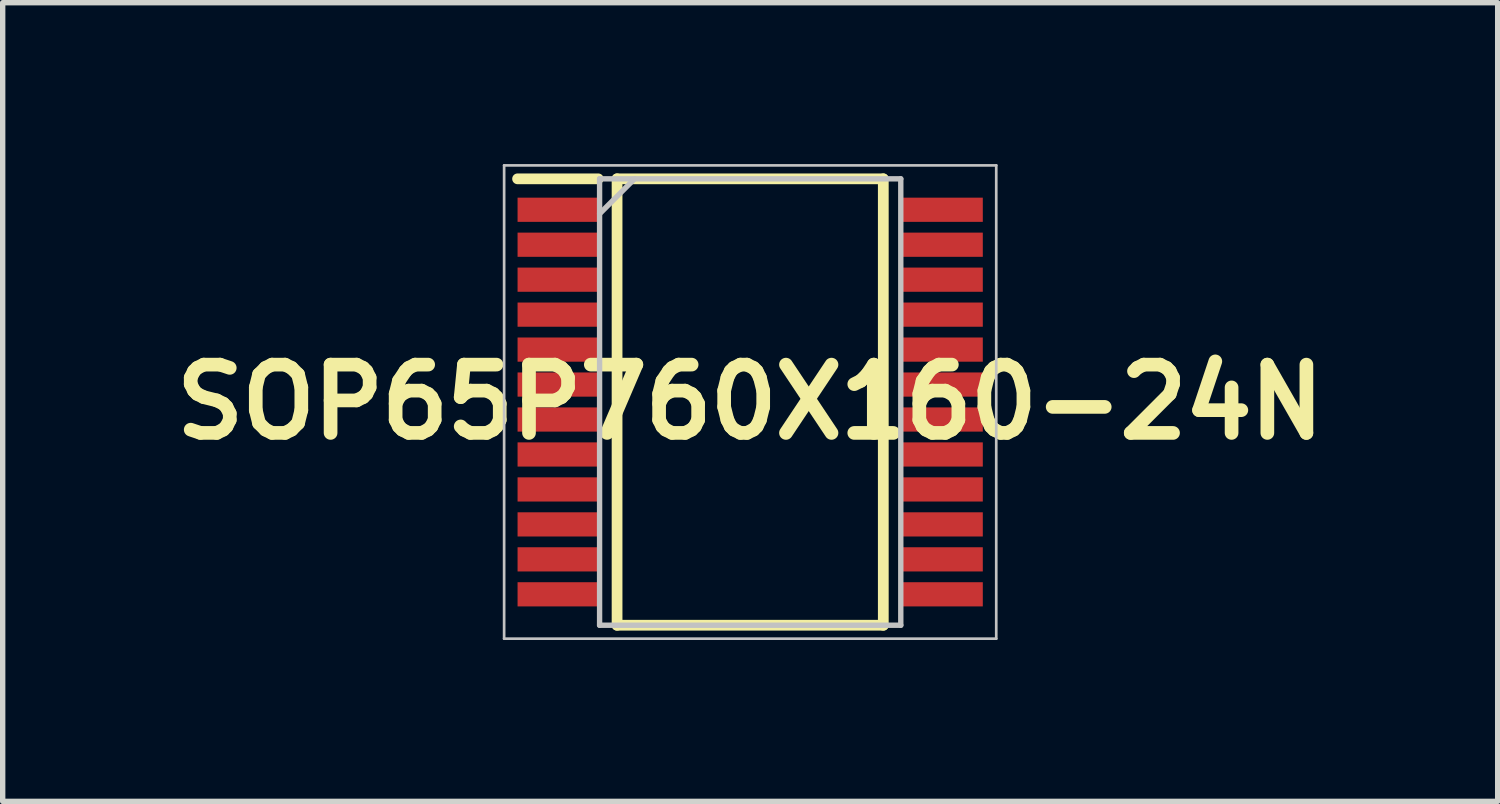
<source format=kicad_pcb>
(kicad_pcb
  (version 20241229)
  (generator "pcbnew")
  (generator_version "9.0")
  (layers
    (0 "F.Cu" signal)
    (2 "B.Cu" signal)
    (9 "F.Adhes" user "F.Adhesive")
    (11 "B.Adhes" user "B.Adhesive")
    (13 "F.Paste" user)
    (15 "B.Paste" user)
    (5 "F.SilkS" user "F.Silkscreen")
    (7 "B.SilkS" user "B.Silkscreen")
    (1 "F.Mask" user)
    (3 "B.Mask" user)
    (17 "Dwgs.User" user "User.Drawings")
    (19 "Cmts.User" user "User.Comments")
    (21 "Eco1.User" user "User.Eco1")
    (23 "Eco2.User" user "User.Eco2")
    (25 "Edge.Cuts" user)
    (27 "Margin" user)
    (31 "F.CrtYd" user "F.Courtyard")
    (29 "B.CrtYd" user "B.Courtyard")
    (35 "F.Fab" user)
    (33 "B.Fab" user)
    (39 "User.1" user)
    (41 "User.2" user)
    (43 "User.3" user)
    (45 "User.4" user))
  (footprint "SOP65P760X160-24N"
    (layer "F.Cu")
    (at 10.898 4.425)
    (property "Reference" "SOP65P760X160-24N" (at 0 0 0) (layer "F.SilkS") (effects (font (size 1.27 1.27) (thickness 0.254))))
    (attr smd)
    (fp_line (start -4.325 -4.15) (end -2.825 -4.15) (stroke (width 0.2) (type solid)) (layer "F.SilkS"))
    (fp_line (start -2.475 -4.15) (end 2.475 -4.15) (stroke (width 0.2) (type solid)) (layer "F.SilkS"))
    (fp_line (start -2.475 4.15) (end -2.475 -4.15) (stroke (width 0.2) (type solid)) (layer "F.SilkS"))
    (fp_line (start 2.475 -4.15) (end 2.475 4.15) (stroke (width 0.2) (type solid)) (layer "F.SilkS"))
    (fp_line (start 2.475 4.15) (end -2.475 4.15) (stroke (width 0.2) (type solid)) (layer "F.SilkS"))
    (fp_line (start -4.575 -4.4) (end 4.575 -4.4) (stroke (width 0.05) (type solid)) (layer "Dwgs.User"))
    (fp_line (start -4.575 4.4) (end -4.575 -4.4) (stroke (width 0.05) (type solid)) (layer "Dwgs.User"))
    (fp_line (start -2.8 -4.15) (end 2.8 -4.15) (stroke (width 0.1) (type solid)) (layer "Dwgs.User"))
    (fp_line (start -2.8 -3.5) (end -2.15 -4.15) (stroke (width 0.1) (type solid)) (layer "Dwgs.User"))
    (fp_line (start -2.8 4.15) (end -2.8 -4.15) (stroke (width 0.1) (type solid)) (layer "Dwgs.User"))
    (fp_line (start 2.8 -4.15) (end 2.8 4.15) (stroke (width 0.1) (type solid)) (layer "Dwgs.User"))
    (fp_line (start 2.8 4.15) (end -2.8 4.15) (stroke (width 0.1) (type solid)) (layer "Dwgs.User"))
    (fp_line (start 4.575 -4.4) (end 4.575 4.4) (stroke (width 0.05) (type solid)) (layer "Dwgs.User"))
    (fp_line (start 4.575 4.4) (end -4.575 4.4) (stroke (width 0.05) (type solid)) (layer "Dwgs.User"))
    (pad "1" smd rect (at -3.575 -3.575 90) (size 0.45 1.5) (layers "F.Cu" "F.Mask" "F.Paste"))
    (pad "2" smd rect (at -3.575 -2.925 90) (size 0.45 1.5) (layers "F.Cu" "F.Mask" "F.Paste"))
    (pad "3" smd rect (at -3.575 -2.275 90) (size 0.45 1.5) (layers "F.Cu" "F.Mask" "F.Paste"))
    (pad "4" smd rect (at -3.575 -1.625 90) (size 0.45 1.5) (layers "F.Cu" "F.Mask" "F.Paste"))
    (pad "5" smd rect (at -3.575 -0.975 90) (size 0.45 1.5) (layers "F.Cu" "F.Mask" "F.Paste"))
    (pad "6" smd rect (at -3.575 -0.325 90) (size 0.45 1.5) (layers "F.Cu" "F.Mask" "F.Paste"))
    (pad "7" smd rect (at -3.575 0.325 90) (size 0.45 1.5) (layers "F.Cu" "F.Mask" "F.Paste"))
    (pad "8" smd rect (at -3.575 0.975 90) (size 0.45 1.5) (layers "F.Cu" "F.Mask" "F.Paste"))
    (pad "9" smd rect (at -3.575 1.625 90) (size 0.45 1.5) (layers "F.Cu" "F.Mask" "F.Paste"))
    (pad "10" smd rect (at -3.575 2.275 90) (size 0.45 1.5) (layers "F.Cu" "F.Mask" "F.Paste"))
    (pad "11" smd rect (at -3.575 2.925 90) (size 0.45 1.5) (layers "F.Cu" "F.Mask" "F.Paste"))
    (pad "12" smd rect (at -3.575 3.575 90) (size 0.45 1.5) (layers "F.Cu" "F.Mask" "F.Paste"))
    (pad "13" smd rect (at 3.575 3.575 90) (size 0.45 1.5) (layers "F.Cu" "F.Mask" "F.Paste"))
    (pad "14" smd rect (at 3.575 2.925 90) (size 0.45 1.5) (layers "F.Cu" "F.Mask" "F.Paste"))
    (pad "15" smd rect (at 3.575 2.275 90) (size 0.45 1.5) (layers "F.Cu" "F.Mask" "F.Paste"))
    (pad "16" smd rect (at 3.575 1.625 90) (size 0.45 1.5) (layers "F.Cu" "F.Mask" "F.Paste"))
    (pad "17" smd rect (at 3.575 0.975 90) (size 0.45 1.5) (layers "F.Cu" "F.Mask" "F.Paste"))
    (pad "18" smd rect (at 3.575 0.325 90) (size 0.45 1.5) (layers "F.Cu" "F.Mask" "F.Paste"))
    (pad "19" smd rect (at 3.575 -0.325 90) (size 0.45 1.5) (layers "F.Cu" "F.Mask" "F.Paste"))
    (pad "20" smd rect (at 3.575 -0.975 90) (size 0.45 1.5) (layers "F.Cu" "F.Mask" "F.Paste"))
    (pad "21" smd rect (at 3.575 -1.625 90) (size 0.45 1.5) (layers "F.Cu" "F.Mask" "F.Paste"))
    (pad "22" smd rect (at 3.575 -2.275 90) (size 0.45 1.5) (layers "F.Cu" "F.Mask" "F.Paste"))
    (pad "23" smd rect (at 3.575 -2.925 90) (size 0.45 1.5) (layers "F.Cu" "F.Mask" "F.Paste"))
    (pad "24" smd rect (at 3.575 -3.575 90) (size 0.45 1.5) (layers "F.Cu" "F.Mask" "F.Paste")))
  (gr_rect
    (start -3 -3)
    (end 24.796 11.85)
    (stroke (width 0.1) (type default))
    (fill no)
    (layer "Edge.Cuts")))
</source>
